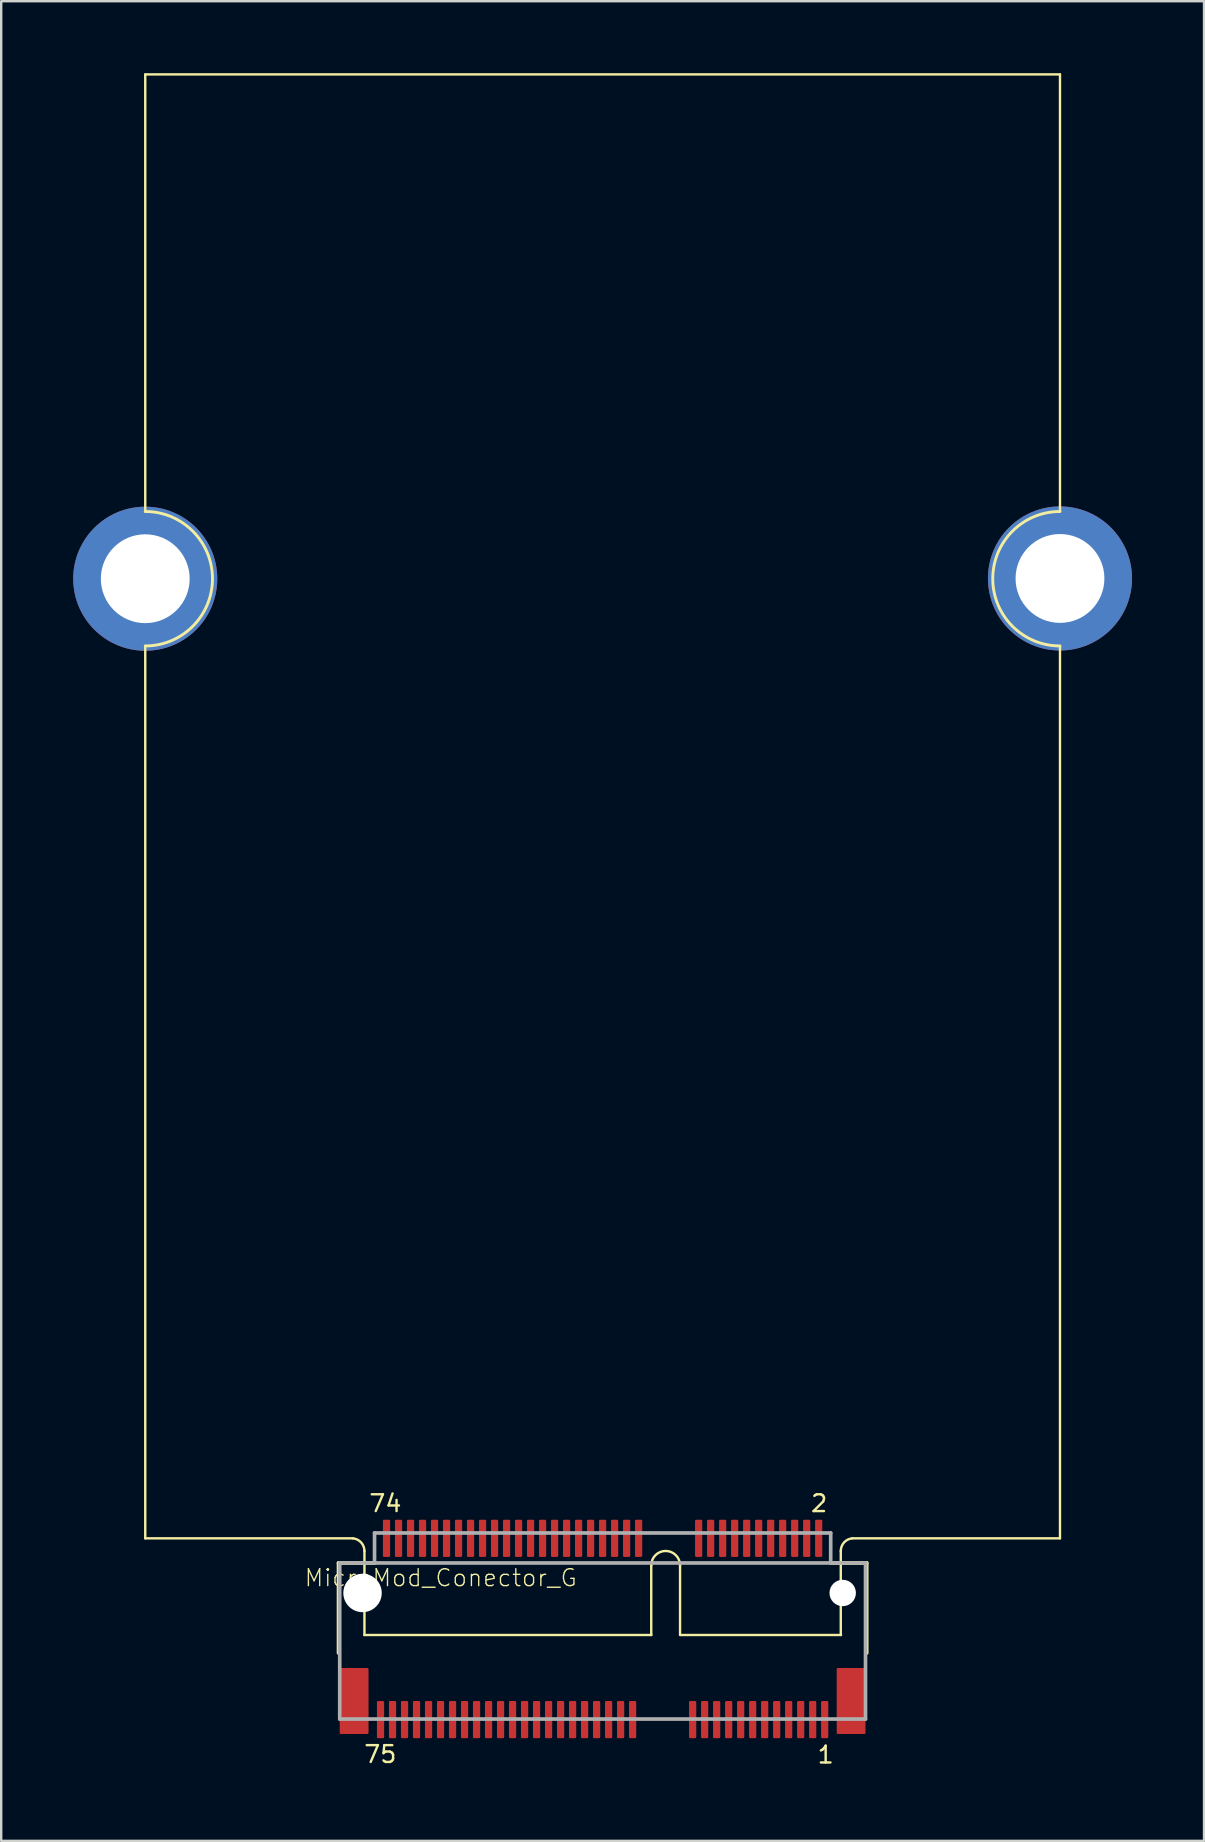
<source format=kicad_pcb>
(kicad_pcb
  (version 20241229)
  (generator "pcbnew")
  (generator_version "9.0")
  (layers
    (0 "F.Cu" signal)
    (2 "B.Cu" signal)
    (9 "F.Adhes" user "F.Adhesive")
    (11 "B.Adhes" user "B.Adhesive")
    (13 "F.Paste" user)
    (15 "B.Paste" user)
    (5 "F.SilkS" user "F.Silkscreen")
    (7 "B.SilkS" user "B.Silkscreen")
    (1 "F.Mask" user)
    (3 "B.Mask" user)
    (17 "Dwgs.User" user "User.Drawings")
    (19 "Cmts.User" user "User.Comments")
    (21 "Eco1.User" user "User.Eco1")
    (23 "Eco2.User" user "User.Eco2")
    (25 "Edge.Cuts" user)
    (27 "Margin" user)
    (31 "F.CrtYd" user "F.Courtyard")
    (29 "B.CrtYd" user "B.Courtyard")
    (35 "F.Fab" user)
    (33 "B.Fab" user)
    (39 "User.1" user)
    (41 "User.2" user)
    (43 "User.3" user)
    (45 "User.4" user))
  (footprint "MicroMod_Conector_G"
    (layer "F.Cu")
    (at 22.05 63.3)
    (property "Reference" "MicroMod_Conector_G" (at -12.46 -0.63 0) (layer "F.SilkS") (effects (font (size 0.706 0.706) (thickness 0.056)) (justify left)))
    (fp_line (start -19.05 -63.25) (end -19.05 -45.045) (stroke (width 0.1) (type solid)) (layer "F.SilkS"))
    (fp_line (start -19.05 -63.25) (end 19.05 -63.25) (stroke (width 0.1) (type solid)) (layer "F.SilkS"))
    (fp_line (start -19.05 -2.275) (end -19.05 -39.445) (stroke (width 0.1) (type solid)) (layer "F.SilkS"))
    (fp_line (start -11 2.5) (end -11 -1.25) (stroke (width 0.152) (type solid)) (layer "F.SilkS"))
    (fp_line (start -10.4 -2.275) (end -19.05 -2.275) (stroke (width 0.1) (type solid)) (layer "F.SilkS"))
    (fp_line (start -9.92 1.75) (end -9.92 -1.75) (stroke (width 0.1) (type solid)) (layer "F.SilkS"))
    (fp_line (start -9.5 -1.25) (end -11 -1.25) (stroke (width 0.152) (type solid)) (layer "F.SilkS"))
    (fp_line (start 2.025 -1.15) (end 2.025 1.75) (stroke (width 0.1) (type solid)) (layer "F.SilkS"))
    (fp_line (start 2.03 1.75) (end -9.92 1.75) (stroke (width 0.1) (type solid)) (layer "F.SilkS"))
    (fp_line (start 3.225 -1.15) (end 3.225 1.75) (stroke (width 0.1) (type solid)) (layer "F.SilkS"))
    (fp_line (start 9.92 -1.75) (end 9.92 1.75) (stroke (width 0.1) (type solid)) (layer "F.SilkS"))
    (fp_line (start 9.93 1.75) (end 3.23 1.75) (stroke (width 0.1) (type solid)) (layer "F.SilkS"))
    (fp_line (start 10.4 -2.275) (end 19.05 -2.275) (stroke (width 0.1) (type solid)) (layer "F.SilkS"))
    (fp_line (start 11 -1.25) (end 9.5 -1.25) (stroke (width 0.152) (type solid)) (layer "F.SilkS"))
    (fp_line (start 11 2.5) (end 11 -1.25) (stroke (width 0.152) (type solid)) (layer "F.SilkS"))
    (fp_line (start 19.05 -63.25) (end 19.05 -45.045) (stroke (width 0.1) (type solid)) (layer "F.SilkS"))
    (fp_line (start 19.05 -2.275) (end 19.05 -39.445) (stroke (width 0.1) (type solid)) (layer "F.SilkS"))
    (fp_arc (start -19.05 -45.045) (mid -16.25 -42.245) (end -19.05 -39.445) (stroke (width 0.12) (type solid)) (layer "F.SilkS"))
    (fp_arc (start -10.4 -2.275) (mid -10.059471 -2.104412) (end -9.919998 -1.75) (stroke (width 0.1) (type solid)) (layer "F.SilkS"))
    (fp_arc (start 2.025 -1.15) (mid 2.625 -1.75) (end 3.225 -1.15) (stroke (width 0.1) (type solid)) (layer "F.SilkS"))
    (fp_arc (start 9.919999 -1.750001) (mid 10.057986 -2.10577) (end 10.4 -2.275) (stroke (width 0.1) (type solid)) (layer "F.SilkS"))
    (fp_arc (start 19.05 -39.445) (mid 16.25 -42.245) (end 19.05 -45.045) (stroke (width 0.12) (type solid)) (layer "F.SilkS"))
    (fp_line (start -10.95 -1.25) (end -10.95 5.25) (stroke (width 0.152) (type solid)) (layer "F.Fab"))
    (fp_line (start -10.95 5.25) (end 10.95 5.25) (stroke (width 0.152) (type solid)) (layer "F.Fab"))
    (fp_line (start -9.5 -2.5) (end -9.5 -1.25) (stroke (width 0.152) (type solid)) (layer "F.Fab"))
    (fp_line (start -9.5 -1.25) (end -10.95 -1.25) (stroke (width 0.152) (type solid)) (layer "F.Fab"))
    (fp_line (start 9.5 -2.5) (end -9.5 -2.5) (stroke (width 0.152) (type solid)) (layer "F.Fab"))
    (fp_line (start 9.5 -2.5) (end 9.5 -1.25) (stroke (width 0.152) (type solid)) (layer "F.Fab"))
    (fp_line (start 9.5 -1.25) (end -9.5 -1.25) (stroke (width 0.152) (type solid)) (layer "F.Fab"))
    (fp_line (start 10.95 -1.25) (end 9.5 -1.25) (stroke (width 0.152) (type solid)) (layer "F.Fab"))
    (fp_line (start 10.95 5.25) (end 10.95 -1.25) (stroke (width 0.152) (type solid)) (layer "F.Fab"))
    (fp_text user "2" (at 9.02 -3.73 0) (unlocked yes) (layer "F.SilkS") (effects (font (size 0.7 0.7) (thickness 0.1))))
    (fp_text user "75" (at -9.26 6.72 0) (unlocked yes) (layer "F.SilkS") (effects (font (size 0.7 0.7) (thickness 0.1))))
    (fp_text user "74" (at -9.05 -3.73 0) (unlocked yes) (layer "F.SilkS") (effects (font (size 0.7 0.7) (thickness 0.1))))
    (fp_text user "1" (at 9.29 6.74 0) (unlocked yes) (layer "F.SilkS") (effects (font (size 0.7 0.7) (thickness 0.1))))
    (pad "" thru_hole circle (at -19.05 -42.245) (size 6 6) (drill 3.7) (layers "*.Cu" "*.Mask"))
    (pad "" smd roundrect (at -10.35 4.5 180) (size 1.2 2.75) (layers "F.Cu" "F.Mask" "F.Paste") (roundrect_rratio 0.042))
    (pad "" np_thru_hole circle (at -10 0) (size 1.6 1.6) (drill 1.6) (layers "*.Cu" "*.Mask"))
    (pad "" np_thru_hole circle (at 10 0) (size 1.1 1.1) (drill 1.1) (layers "*.Cu" "*.Mask"))
    (pad "" smd roundrect (at 10.35 4.5 180) (size 1.2 2.75) (layers "F.Cu" "F.Mask" "F.Paste") (roundrect_rratio 0.042))
    (pad "" thru_hole circle (at 19.05 -42.256) (size 6 6) (drill 3.7) (layers "*.Cu" "*.Mask"))
    (pad "1" smd roundrect (at 9.25 5.275 180) (size 0.3 1.55) (layers "F.Cu" "F.Mask" "F.Paste") (roundrect_rratio 0.169))
    (pad "2" smd roundrect (at 9 -2.275 180) (size 0.3 1.55) (layers "F.Cu" "F.Mask" "F.Paste") (roundrect_rratio 0.169))
    (pad "3" smd roundrect (at 8.75 5.275 180) (size 0.3 1.55) (layers "F.Cu" "F.Mask" "F.Paste") (roundrect_rratio 0.169))
    (pad "4" smd roundrect (at 8.5 -2.275 180) (size 0.3 1.55) (layers "F.Cu" "F.Mask" "F.Paste") (roundrect_rratio 0.169))
    (pad "5" smd roundrect (at 8.25 5.275 180) (size 0.3 1.55) (layers "F.Cu" "F.Mask" "F.Paste") (roundrect_rratio 0.169))
    (pad "6" smd roundrect (at 8 -2.275 180) (size 0.3 1.55) (layers "F.Cu" "F.Mask" "F.Paste") (roundrect_rratio 0.169))
    (pad "7" smd roundrect (at 7.75 5.275 180) (size 0.3 1.55) (layers "F.Cu" "F.Mask" "F.Paste") (roundrect_rratio 0.169))
    (pad "8" smd roundrect (at 7.5 -2.275 180) (size 0.3 1.55) (layers "F.Cu" "F.Mask" "F.Paste") (roundrect_rratio 0.169))
    (pad "9" smd roundrect (at 7.25 5.275 180) (size 0.3 1.55) (layers "F.Cu" "F.Mask" "F.Paste") (roundrect_rratio 0.169))
    (pad "10" smd roundrect (at 7 -2.275 180) (size 0.3 1.55) (layers "F.Cu" "F.Mask" "F.Paste") (roundrect_rratio 0.169))
    (pad "11" smd roundrect (at 6.75 5.275 180) (size 0.3 1.55) (layers "F.Cu" "F.Mask" "F.Paste") (roundrect_rratio 0.169))
    (pad "12" smd roundrect (at 6.5 -2.275 180) (size 0.3 1.55) (layers "F.Cu" "F.Mask" "F.Paste") (roundrect_rratio 0.169))
    (pad "13" smd roundrect (at 6.25 5.275 180) (size 0.3 1.55) (layers "F.Cu" "F.Mask" "F.Paste") (roundrect_rratio 0.169))
    (pad "14" smd roundrect (at 6 -2.275 180) (size 0.3 1.55) (layers "F.Cu" "F.Mask" "F.Paste") (roundrect_rratio 0.169))
    (pad "15" smd roundrect (at 5.75 5.275 180) (size 0.3 1.55) (layers "F.Cu" "F.Mask" "F.Paste") (roundrect_rratio 0.169))
    (pad "16" smd roundrect (at 5.5 -2.275 180) (size 0.3 1.55) (layers "F.Cu" "F.Mask" "F.Paste") (roundrect_rratio 0.169))
    (pad "17" smd roundrect (at 5.25 5.275 180) (size 0.3 1.55) (layers "F.Cu" "F.Mask" "F.Paste") (roundrect_rratio 0.169))
    (pad "18" smd roundrect (at 5 -2.275 180) (size 0.3 1.55) (layers "F.Cu" "F.Mask" "F.Paste") (roundrect_rratio 0.169))
    (pad "19" smd roundrect (at 4.75 5.275 180) (size 0.3 1.55) (layers "F.Cu" "F.Mask" "F.Paste") (roundrect_rratio 0.169))
    (pad "20" smd roundrect (at 4.5 -2.275 180) (size 0.3 1.55) (layers "F.Cu" "F.Mask" "F.Paste") (roundrect_rratio 0.169))
    (pad "21" smd roundrect (at 4.25 5.275 180) (size 0.3 1.55) (layers "F.Cu" "F.Mask" "F.Paste") (roundrect_rratio 0.169))
    (pad "22" smd roundrect (at 4 -2.275 180) (size 0.3 1.55) (layers "F.Cu" "F.Mask" "F.Paste") (roundrect_rratio 0.169))
    (pad "23" smd roundrect (at 3.75 5.275 180) (size 0.3 1.55) (layers "F.Cu" "F.Mask" "F.Paste") (roundrect_rratio 0.169))
    (pad "32" smd roundrect (at 1.5 -2.275 180) (size 0.3 1.55) (layers "F.Cu" "F.Mask" "F.Paste") (roundrect_rratio 0.169))
    (pad "33" smd roundrect (at 1.25 5.275 180) (size 0.3 1.55) (layers "F.Cu" "F.Mask" "F.Paste") (roundrect_rratio 0.169))
    (pad "34" smd roundrect (at 1 -2.275 180) (size 0.3 1.55) (layers "F.Cu" "F.Mask" "F.Paste") (roundrect_rratio 0.169))
    (pad "35" smd roundrect (at 0.75 5.275 180) (size 0.3 1.55) (layers "F.Cu" "F.Mask" "F.Paste") (roundrect_rratio 0.169))
    (pad "36" smd roundrect (at 0.5 -2.275 180) (size 0.3 1.55) (layers "F.Cu" "F.Mask" "F.Paste") (roundrect_rratio 0.169))
    (pad "37" smd roundrect (at 0.25 5.275 180) (size 0.3 1.55) (layers "F.Cu" "F.Mask" "F.Paste") (roundrect_rratio 0.169))
    (pad "38" smd roundrect (at 0 -2.275 180) (size 0.3 1.55) (layers "F.Cu" "F.Mask" "F.Paste") (roundrect_rratio 0.169))
    (pad "39" smd roundrect (at -0.25 5.275 180) (size 0.3 1.55) (layers "F.Cu" "F.Mask" "F.Paste") (roundrect_rratio 0.169))
    (pad "40" smd roundrect (at -0.5 -2.275 180) (size 0.3 1.55) (layers "F.Cu" "F.Mask" "F.Paste") (roundrect_rratio 0.169))
    (pad "41" smd roundrect (at -0.75 5.275 180) (size 0.3 1.55) (layers "F.Cu" "F.Mask" "F.Paste") (roundrect_rratio 0.169))
    (pad "42" smd roundrect (at -1 -2.275 180) (size 0.3 1.55) (layers "F.Cu" "F.Mask" "F.Paste") (roundrect_rratio 0.169))
    (pad "43" smd roundrect (at -1.25 5.275 180) (size 0.3 1.55) (layers "F.Cu" "F.Mask" "F.Paste") (roundrect_rratio 0.169))
    (pad "44" smd roundrect (at -1.5 -2.275 180) (size 0.3 1.55) (layers "F.Cu" "F.Mask" "F.Paste") (roundrect_rratio 0.169))
    (pad "45" smd roundrect (at -1.75 5.275 180) (size 0.3 1.55) (layers "F.Cu" "F.Mask" "F.Paste") (roundrect_rratio 0.169))
    (pad "46" smd roundrect (at -2 -2.275 180) (size 0.3 1.55) (layers "F.Cu" "F.Mask" "F.Paste") (roundrect_rratio 0.169))
    (pad "47" smd roundrect (at -2.25 5.275 180) (size 0.3 1.55) (layers "F.Cu" "F.Mask" "F.Paste") (roundrect_rratio 0.169))
    (pad "48" smd roundrect (at -2.5 -2.275 180) (size 0.3 1.55) (layers "F.Cu" "F.Mask" "F.Paste") (roundrect_rratio 0.169))
    (pad "49" smd roundrect (at -2.75 5.275 180) (size 0.3 1.55) (layers "F.Cu" "F.Mask" "F.Paste") (roundrect_rratio 0.169))
    (pad "50" smd roundrect (at -3 -2.275 180) (size 0.3 1.55) (layers "F.Cu" "F.Mask" "F.Paste") (roundrect_rratio 0.169))
    (pad "51" smd roundrect (at -3.25 5.275 180) (size 0.3 1.55) (layers "F.Cu" "F.Mask" "F.Paste") (roundrect_rratio 0.169))
    (pad "52" smd roundrect (at -3.5 -2.275 180) (size 0.3 1.55) (layers "F.Cu" "F.Mask" "F.Paste") (roundrect_rratio 0.169))
    (pad "53" smd roundrect (at -3.75 5.275 180) (size 0.3 1.55) (layers "F.Cu" "F.Mask" "F.Paste") (roundrect_rratio 0.169))
    (pad "54" smd roundrect (at -4 -2.275 180) (size 0.3 1.55) (layers "F.Cu" "F.Mask" "F.Paste") (roundrect_rratio 0.169))
    (pad "55" smd roundrect (at -4.25 5.275 180) (size 0.3 1.55) (layers "F.Cu" "F.Mask" "F.Paste") (roundrect_rratio 0.169))
    (pad "56" smd roundrect (at -4.5 -2.275 180) (size 0.3 1.55) (layers "F.Cu" "F.Mask" "F.Paste") (roundrect_rratio 0.169))
    (pad "57" smd roundrect (at -4.75 5.275 180) (size 0.3 1.55) (layers "F.Cu" "F.Mask" "F.Paste") (roundrect_rratio 0.169))
    (pad "58" smd roundrect (at -5 -2.275 180) (size 0.3 1.55) (layers "F.Cu" "F.Mask" "F.Paste") (roundrect_rratio 0.169))
    (pad "59" smd roundrect (at -5.25 5.275 180) (size 0.3 1.55) (layers "F.Cu" "F.Mask" "F.Paste") (roundrect_rratio 0.169))
    (pad "60" smd roundrect (at -5.5 -2.275 180) (size 0.3 1.55) (layers "F.Cu" "F.Mask" "F.Paste") (roundrect_rratio 0.169))
    (pad "61" smd roundrect (at -5.75 5.275 180) (size 0.3 1.55) (layers "F.Cu" "F.Mask" "F.Paste") (roundrect_rratio 0.169))
    (pad "62" smd roundrect (at -6 -2.275 180) (size 0.3 1.55) (layers "F.Cu" "F.Mask" "F.Paste") (roundrect_rratio 0.169))
    (pad "63" smd roundrect (at -6.25 5.275 180) (size 0.3 1.55) (layers "F.Cu" "F.Mask" "F.Paste") (roundrect_rratio 0.169))
    (pad "64" smd roundrect (at -6.5 -2.275 180) (size 0.3 1.55) (layers "F.Cu" "F.Mask" "F.Paste") (roundrect_rratio 0.169))
    (pad "65" smd roundrect (at -6.75 5.275 180) (size 0.3 1.55) (layers "F.Cu" "F.Mask" "F.Paste") (roundrect_rratio 0.169))
    (pad "66" smd roundrect (at -7 -2.275 180) (size 0.3 1.55) (layers "F.Cu" "F.Mask" "F.Paste") (roundrect_rratio 0.169))
    (pad "67" smd roundrect (at -7.25 5.275 180) (size 0.3 1.55) (layers "F.Cu" "F.Mask" "F.Paste") (roundrect_rratio 0.169))
    (pad "68" smd roundrect (at -7.5 -2.275 180) (size 0.3 1.55) (layers "F.Cu" "F.Mask" "F.Paste") (roundrect_rratio 0.169))
    (pad "69" smd roundrect (at -7.75 5.275 180) (size 0.3 1.55) (layers "F.Cu" "F.Mask" "F.Paste") (roundrect_rratio 0.169))
    (pad "70" smd roundrect (at -8 -2.275 180) (size 0.3 1.55) (layers "F.Cu" "F.Mask" "F.Paste") (roundrect_rratio 0.169))
    (pad "71" smd roundrect (at -8.25 5.275 180) (size 0.3 1.55) (layers "F.Cu" "F.Mask" "F.Paste") (roundrect_rratio 0.169))
    (pad "72" smd roundrect (at -8.5 -2.275 180) (size 0.3 1.55) (layers "F.Cu" "F.Mask" "F.Paste") (roundrect_rratio 0.169))
    (pad "73" smd roundrect (at -8.75 5.275 180) (size 0.3 1.55) (layers "F.Cu" "F.Mask" "F.Paste") (roundrect_rratio 0.169))
    (pad "74" smd roundrect (at -9 -2.275 180) (size 0.3 1.55) (layers "F.Cu" "F.Mask" "F.Paste") (roundrect_rratio 0.169))
    (pad "75" smd roundrect (at -9.25 5.275 180) (size 0.3 1.55) (layers "F.Cu" "F.Mask" "F.Paste") (roundrect_rratio 0.169)))
  (gr_rect
    (start -3 -3)
    (end 47.1 73.625)
    (stroke (width 0.1) (type default))
    (fill no)
    (layer "Edge.Cuts")))
</source>
